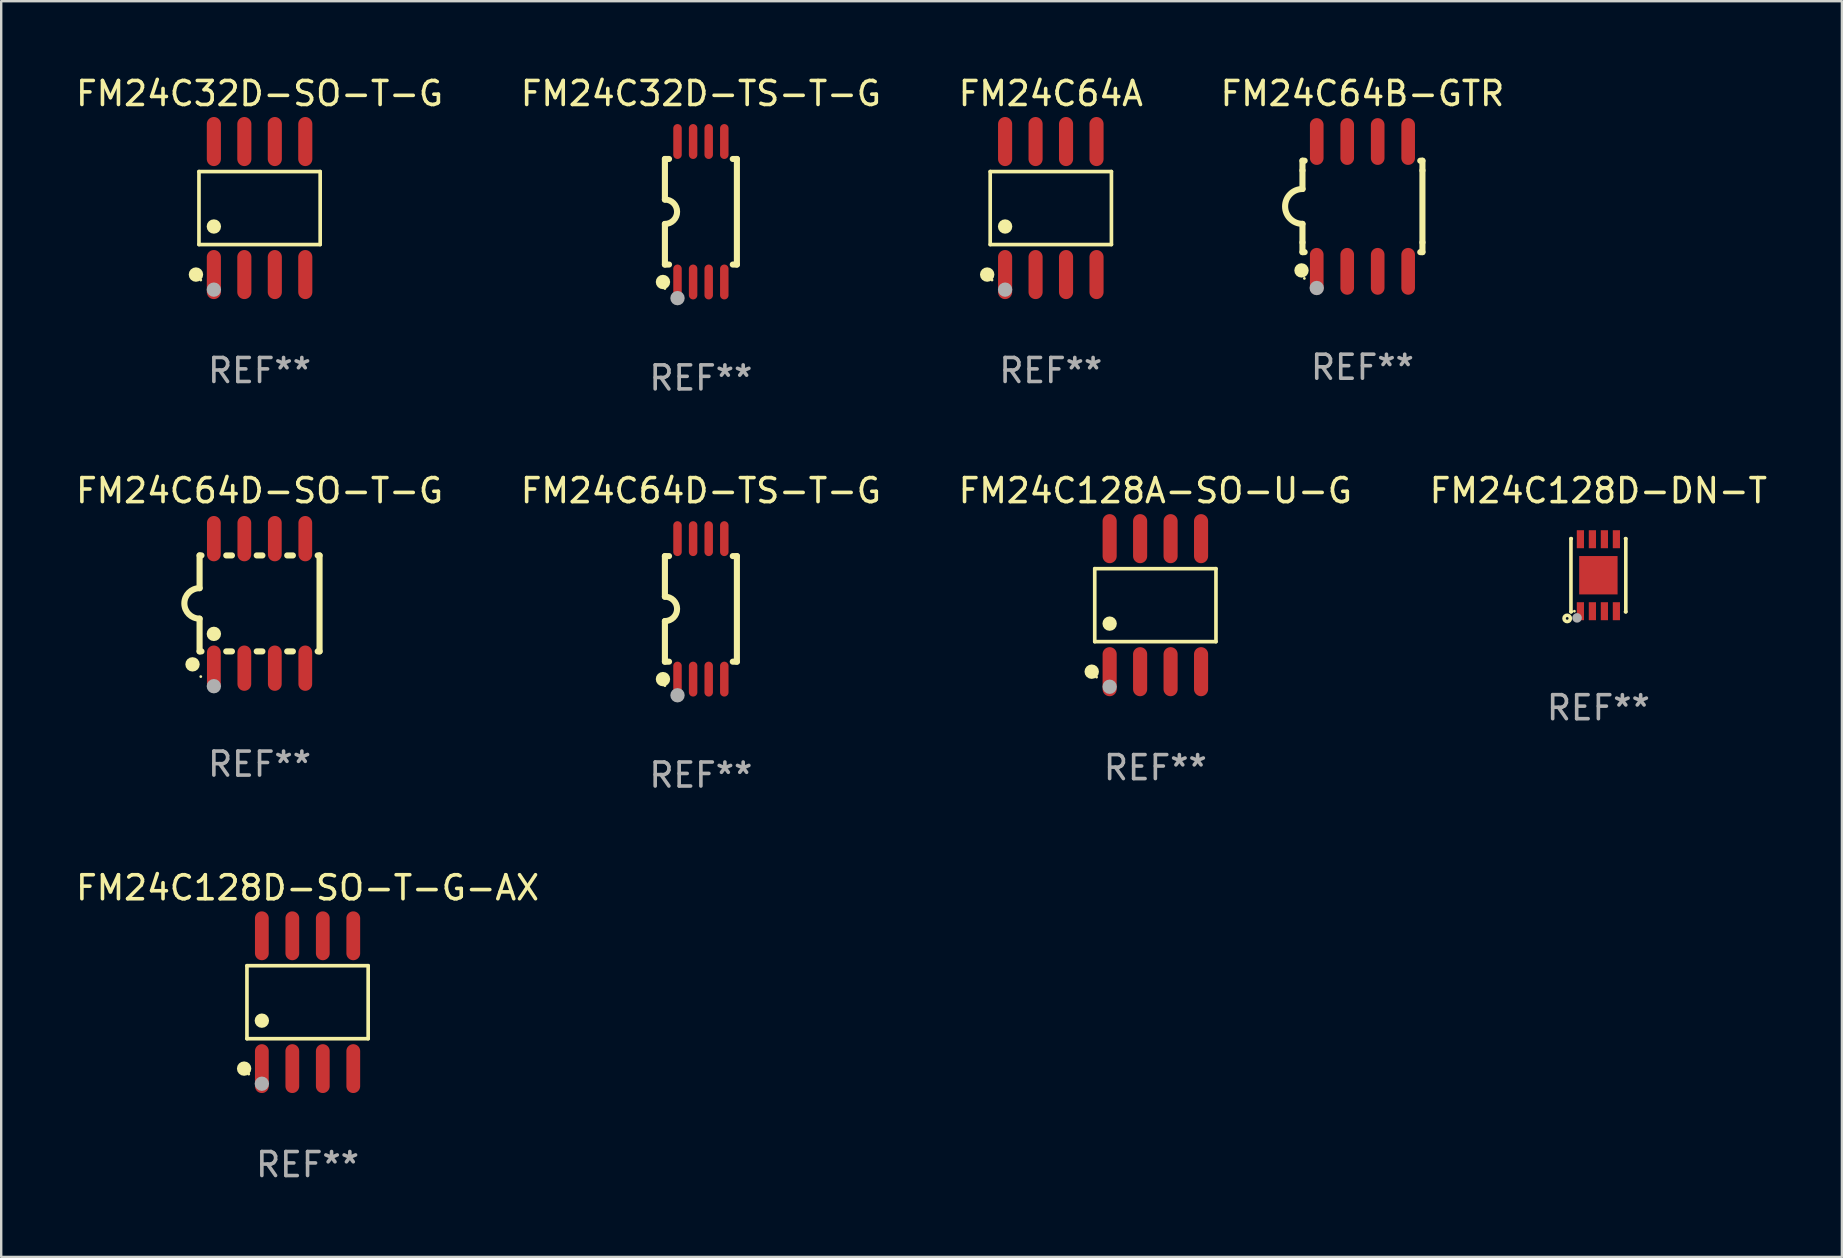
<source format=kicad_pcb>
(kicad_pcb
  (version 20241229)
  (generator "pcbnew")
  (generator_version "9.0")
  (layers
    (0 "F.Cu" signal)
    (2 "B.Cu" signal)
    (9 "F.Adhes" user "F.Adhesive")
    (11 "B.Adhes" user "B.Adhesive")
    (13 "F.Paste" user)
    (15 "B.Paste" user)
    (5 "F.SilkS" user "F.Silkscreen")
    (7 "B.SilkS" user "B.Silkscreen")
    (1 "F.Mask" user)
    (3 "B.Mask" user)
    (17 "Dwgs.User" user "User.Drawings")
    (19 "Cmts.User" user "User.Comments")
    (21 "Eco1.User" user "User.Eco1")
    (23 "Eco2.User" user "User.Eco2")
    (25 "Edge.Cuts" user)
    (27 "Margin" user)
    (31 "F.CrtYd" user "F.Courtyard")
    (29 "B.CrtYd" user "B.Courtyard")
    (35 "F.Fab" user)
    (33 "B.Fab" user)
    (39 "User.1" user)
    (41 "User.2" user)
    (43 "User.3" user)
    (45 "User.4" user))
  (footprint "FM24C64D-SO-T-G"
    (layer "F.Cu")
    (at 7.768 22.098)
    (property "Reference" "FM24C64D-SO-T-G" (at 0 -4.699 0) (layer "F.SilkS") (effects (font (size 1 1) (thickness 0.15))))
    (attr through_hole)
    (fp_line (start -2.5 -2) (end -2.5 -0.635) (stroke (width 0.254) (type solid)) (layer "F.SilkS"))
    (fp_line (start -2.5 -2) (end -2.421 -2) (stroke (width 0.254) (type solid)) (layer "F.SilkS"))
    (fp_line (start -2.5 2) (end -2.5 0.635) (stroke (width 0.254) (type solid)) (layer "F.SilkS"))
    (fp_line (start -2.5 2) (end -2.421 2) (stroke (width 0.254) (type solid)) (layer "F.SilkS"))
    (fp_line (start -1.389 -2) (end -1.151 -2) (stroke (width 0.254) (type solid)) (layer "F.SilkS"))
    (fp_line (start -1.389 2) (end -1.151 2) (stroke (width 0.254) (type solid)) (layer "F.SilkS"))
    (fp_line (start -0.119 -2) (end 0.119 -2) (stroke (width 0.254) (type solid)) (layer "F.SilkS"))
    (fp_line (start -0.119 2) (end 0.119 2) (stroke (width 0.254) (type solid)) (layer "F.SilkS"))
    (fp_line (start 1.151 -2) (end 1.389 -2) (stroke (width 0.254) (type solid)) (layer "F.SilkS"))
    (fp_line (start 1.151 2) (end 1.389 2) (stroke (width 0.254) (type solid)) (layer "F.SilkS"))
    (fp_line (start 2.421 -2) (end 2.5 -2) (stroke (width 0.254) (type solid)) (layer "F.SilkS"))
    (fp_line (start 2.421 2) (end 2.5 2) (stroke (width 0.254) (type solid)) (layer "F.SilkS"))
    (fp_line (start 2.5 -2) (end 2.5 2) (stroke (width 0.254) (type solid)) (layer "F.SilkS"))
    (fp_arc (start -2.5 0.635001) (mid -3.134366 -0.000318) (end -2.499365 -0.635001) (stroke (width 0.254001) (type solid)) (layer "F.SilkS"))
    (fp_circle (center -2.794 2.54) (end -2.644 2.54) (stroke (width 0.3) (type solid)) (fill no) (layer "F.SilkS"))
    (fp_circle (center -2.45 3.05) (end -2.42 3.05) (stroke (width 0.06) (type solid)) (fill no) (layer "F.SilkS"))
    (fp_circle (center -1.905 1.27) (end -1.755 1.27) (stroke (width 0.3) (type solid)) (fill no) (layer "F.SilkS"))
    (fp_circle (center -1.905 3.45) (end -1.755 3.45) (stroke (width 0.3) (type solid)) (fill no) (layer "F.Fab"))
    (fp_text user "REF**" (at 0 6.699 0) (layer "F.Fab") (effects (font (size 1 1) (thickness 0.15))))
    (pad "1" smd oval (at -1.905 2.699) (size 0.574 1.888) (layers "F.Cu" "F.Mask" "F.Paste"))
    (pad "2" smd oval (at -0.635 2.699) (size 0.574 1.888) (layers "F.Cu" "F.Mask" "F.Paste"))
    (pad "3" smd oval (at 0.635 2.699) (size 0.574 1.888) (layers "F.Cu" "F.Mask" "F.Paste"))
    (pad "4" smd oval (at 1.905 2.699) (size 0.574 1.888) (layers "F.Cu" "F.Mask" "F.Paste"))
    (pad "5" smd oval (at 1.905 -2.699) (size 0.574 1.888) (layers "F.Cu" "F.Mask" "F.Paste"))
    (pad "6" smd oval (at 0.635 -2.699) (size 0.574 1.888) (layers "F.Cu" "F.Mask" "F.Paste"))
    (pad "7" smd oval (at -0.635 -2.699) (size 0.574 1.888) (layers "F.Cu" "F.Mask" "F.Paste"))
    (pad "8" smd oval (at -1.905 -2.699) (size 0.574 1.888) (layers "F.Cu" "F.Mask" "F.Paste")))
  (footprint "FM24C64A"
    (layer "F.Cu")
    (at 40.744 5.621)
    (property "Reference" "FM24C64A" (at 0 -4.772 0) (layer "F.SilkS") (effects (font (size 1 1) (thickness 0.15))))
    (attr through_hole)
    (fp_line (start -2.526 -1.521) (end 2.526 -1.521) (stroke (width 0.152) (type solid)) (layer "F.SilkS"))
    (fp_line (start -2.526 1.521) (end -2.526 -1.521) (stroke (width 0.152) (type solid)) (layer "F.SilkS"))
    (fp_line (start 2.526 -1.521) (end 2.526 1.521) (stroke (width 0.152) (type solid)) (layer "F.SilkS"))
    (fp_line (start 2.526 1.521) (end -2.526 1.521) (stroke (width 0.152) (type solid)) (layer "F.SilkS"))
    (fp_circle (center -2.652 2.772) (end -2.501 2.772) (stroke (width 0.3) (type solid)) (fill no) (layer "F.SilkS"))
    (fp_circle (center -2.45 3) (end -2.42 3) (stroke (width 0.06) (type solid)) (fill no) (layer "F.SilkS"))
    (fp_circle (center -1.905 0.769) (end -1.755 0.769) (stroke (width 0.3) (type solid)) (fill no) (layer "F.SilkS"))
    (fp_circle (center -1.905 3.4) (end -1.755 3.4) (stroke (width 0.3) (type solid)) (fill no) (layer "F.Fab"))
    (fp_text user "REF**" (at 0 6.772 0) (layer "F.Fab") (effects (font (size 1 1) (thickness 0.15))))
    (pad "1" smd oval (at -1.905 2.772) (size 0.588 2.045) (layers "F.Cu" "F.Mask" "F.Paste"))
    (pad "2" smd oval (at -0.635 2.772) (size 0.588 2.045) (layers "F.Cu" "F.Mask" "F.Paste"))
    (pad "3" smd oval (at 0.635 2.772) (size 0.588 2.045) (layers "F.Cu" "F.Mask" "F.Paste"))
    (pad "4" smd oval (at 1.905 2.772) (size 0.588 2.045) (layers "F.Cu" "F.Mask" "F.Paste"))
    (pad "5" smd oval (at 1.905 -2.772) (size 0.588 2.045) (layers "F.Cu" "F.Mask" "F.Paste"))
    (pad "6" smd oval (at 0.635 -2.772) (size 0.588 2.045) (layers "F.Cu" "F.Mask" "F.Paste"))
    (pad "7" smd oval (at -0.635 -2.772) (size 0.588 2.045) (layers "F.Cu" "F.Mask" "F.Paste"))
    (pad "8" smd oval (at -1.905 -2.772) (size 0.588 2.045) (layers "F.Cu" "F.Mask" "F.Paste")))
  (footprint "FM24C128A-SO-U-G"
    (layer "F.Cu")
    (at 45.101 22.171)
    (property "Reference" "FM24C128A-SO-U-G" (at 0 -4.772 0) (layer "F.SilkS") (effects (font (size 1 1) (thickness 0.15))))
    (attr through_hole)
    (fp_line (start -2.526 -1.521) (end 2.526 -1.521) (stroke (width 0.152) (type solid)) (layer "F.SilkS"))
    (fp_line (start -2.526 1.521) (end -2.526 -1.521) (stroke (width 0.152) (type solid)) (layer "F.SilkS"))
    (fp_line (start 2.526 -1.521) (end 2.526 1.521) (stroke (width 0.152) (type solid)) (layer "F.SilkS"))
    (fp_line (start 2.526 1.521) (end -2.526 1.521) (stroke (width 0.152) (type solid)) (layer "F.SilkS"))
    (fp_circle (center -2.652 2.772) (end -2.501 2.772) (stroke (width 0.3) (type solid)) (fill no) (layer "F.SilkS"))
    (fp_circle (center -2.45 3) (end -2.42 3) (stroke (width 0.06) (type solid)) (fill no) (layer "F.SilkS"))
    (fp_circle (center -1.905 0.769) (end -1.755 0.769) (stroke (width 0.3) (type solid)) (fill no) (layer "F.SilkS"))
    (fp_circle (center -1.905 3.4) (end -1.755 3.4) (stroke (width 0.3) (type solid)) (fill no) (layer "F.Fab"))
    (fp_text user "REF**" (at 0 6.772 0) (layer "F.Fab") (effects (font (size 1 1) (thickness 0.15))))
    (pad "1" smd oval (at -1.905 2.772) (size 0.588 2.045) (layers "F.Cu" "F.Mask" "F.Paste"))
    (pad "2" smd oval (at -0.635 2.772) (size 0.588 2.045) (layers "F.Cu" "F.Mask" "F.Paste"))
    (pad "3" smd oval (at 0.635 2.772) (size 0.588 2.045) (layers "F.Cu" "F.Mask" "F.Paste"))
    (pad "4" smd oval (at 1.905 2.772) (size 0.588 2.045) (layers "F.Cu" "F.Mask" "F.Paste"))
    (pad "5" smd oval (at 1.905 -2.772) (size 0.588 2.045) (layers "F.Cu" "F.Mask" "F.Paste"))
    (pad "6" smd oval (at 0.635 -2.772) (size 0.588 2.045) (layers "F.Cu" "F.Mask" "F.Paste"))
    (pad "7" smd oval (at -0.635 -2.772) (size 0.588 2.045) (layers "F.Cu" "F.Mask" "F.Paste"))
    (pad "8" smd oval (at -1.905 -2.772) (size 0.588 2.045) (layers "F.Cu" "F.Mask" "F.Paste")))
  (footprint "FM24C128D-DN-T"
    (layer "F.Cu")
    (at 63.565 20.923)
    (property "Reference" "FM24C128D-DN-T" (at 0 -3.524 0) (layer "F.SilkS") (effects (font (size 1 1) (thickness 0.15))))
    (attr through_hole)
    (fp_line (start -1.143 -1.524) (end -1.143 1.524) (stroke (width 0.15) (type solid)) (layer "F.SilkS"))
    (fp_line (start -1.143 1.524) (end -1.129 1.524) (stroke (width 0.15) (type solid)) (layer "F.SilkS"))
    (fp_line (start -1.129 -1.524) (end -1.143 -1.524) (stroke (width 0.15) (type solid)) (layer "F.SilkS"))
    (fp_line (start 1.129 1.524) (end 1.143 1.524) (stroke (width 0.15) (type solid)) (layer "F.SilkS"))
    (fp_line (start 1.143 -1.524) (end 1.129 -1.524) (stroke (width 0.15) (type solid)) (layer "F.SilkS"))
    (fp_line (start 1.143 1.524) (end 1.143 -1.524) (stroke (width 0.15) (type solid)) (layer "F.SilkS"))
    (fp_circle (center -1.3 1.8) (end -1.243 1.8) (stroke (width 0.15) (type solid)) (fill no) (layer "F.SilkS"))
    (fp_circle (center -1 1.5) (end -0.97 1.5) (stroke (width 0.06) (type solid)) (fill no) (layer "F.SilkS"))
    (fp_circle (center -0.889 1.778) (end -0.789 1.778) (stroke (width 0.2) (type solid)) (fill no) (layer "F.Fab"))
    (fp_text user "REF**" (at 0 5.524 0) (layer "F.Fab") (effects (font (size 1 1) (thickness 0.15))))
    (pad "1" smd rect (at -0.75 1.5 90) (size 0.75 0.3) (layers "F.Cu" "F.Mask" "F.Paste"))
    (pad "2" smd rect (at -0.25 1.5 90) (size 0.75 0.3) (layers "F.Cu" "F.Mask" "F.Paste"))
    (pad "3" smd rect (at 0.25 1.5 90) (size 0.75 0.3) (layers "F.Cu" "F.Mask" "F.Paste"))
    (pad "4" smd rect (at 0.75 1.5 90) (size 0.75 0.3) (layers "F.Cu" "F.Mask" "F.Paste"))
    (pad "5" smd rect (at 0.75 -1.5 90) (size 0.75 0.3) (layers "F.Cu" "F.Mask" "F.Paste"))
    (pad "6" smd rect (at 0.25 -1.5 90) (size 0.75 0.3) (layers "F.Cu" "F.Mask" "F.Paste"))
    (pad "7" smd rect (at -0.25 -1.5 90) (size 0.75 0.3) (layers "F.Cu" "F.Mask" "F.Paste"))
    (pad "8" smd rect (at -0.75 -1.5 90) (size 0.75 0.3) (layers "F.Cu" "F.Mask" "F.Paste"))
    (pad "9" smd rect (at -0.000203 0.000457 90) (size 1.6 1.6) (layers "F.Cu" "F.Mask" "F.Paste")))
  (footprint "FM24C64D-TS-T-G"
    (layer "F.Cu")
    (at 26.161 22.326)
    (property "Reference" "FM24C64D-TS-T-G" (at 0 -4.927 0) (layer "F.SilkS") (effects (font (size 1 1) (thickness 0.15))))
    (attr through_hole)
    (fp_line (start -1.5 -2.2) (end -1.5 -0.508) (stroke (width 0.254) (type solid)) (layer "F.SilkS"))
    (fp_line (start -1.5 -2.2) (end -1.328 -2.2) (stroke (width 0.254) (type solid)) (layer "F.SilkS"))
    (fp_line (start -1.5 2.2) (end -1.5 0.508) (stroke (width 0.254) (type solid)) (layer "F.SilkS"))
    (fp_line (start -1.5 2.2) (end -1.328 2.2) (stroke (width 0.254) (type solid)) (layer "F.SilkS"))
    (fp_line (start 1.328 -2.2) (end 1.5 -2.2) (stroke (width 0.254) (type solid)) (layer "F.SilkS"))
    (fp_line (start 1.328 2.2) (end 1.5 2.2) (stroke (width 0.254) (type solid)) (layer "F.SilkS"))
    (fp_line (start 1.5 -2.2) (end 1.5 2.2) (stroke (width 0.254) (type solid)) (layer "F.SilkS"))
    (fp_arc (start -1.501144 -0.508) (mid -0.993143 -0.000571) (end -1.5 0.508001) (stroke (width 0.254001) (type solid)) (layer "F.SilkS"))
    (fp_circle (center -1.581 2.927) (end -1.431 2.927) (stroke (width 0.3) (type solid)) (fill no) (layer "F.SilkS"))
    (fp_circle (center -1.5 3.2) (end -1.47 3.2) (stroke (width 0.06) (type solid)) (fill no) (layer "F.SilkS"))
    (fp_circle (center -0.975 3.6) (end -0.825 3.6) (stroke (width 0.3) (type solid)) (fill no) (layer "F.Fab"))
    (fp_text user "REF**" (at 0 6.927 0) (layer "F.Fab") (effects (font (size 1 1) (thickness 0.15))))
    (pad "1" smd oval (at -0.975 2.927) (size 0.353 1.454) (layers "F.Cu" "F.Mask" "F.Paste"))
    (pad "2" smd oval (at -0.325 2.927) (size 0.353 1.454) (layers "F.Cu" "F.Mask" "F.Paste"))
    (pad "3" smd oval (at 0.325 2.927) (size 0.353 1.454) (layers "F.Cu" "F.Mask" "F.Paste"))
    (pad "4" smd oval (at 0.975 2.927) (size 0.353 1.454) (layers "F.Cu" "F.Mask" "F.Paste"))
    (pad "5" smd oval (at 0.975 -2.927) (size 0.353 1.454) (layers "F.Cu" "F.Mask" "F.Paste"))
    (pad "6" smd oval (at 0.325 -2.927) (size 0.353 1.454) (layers "F.Cu" "F.Mask" "F.Paste"))
    (pad "7" smd oval (at -0.325 -2.927) (size 0.353 1.454) (layers "F.Cu" "F.Mask" "F.Paste"))
    (pad "8" smd oval (at -0.975 -2.927) (size 0.353 1.454) (layers "F.Cu" "F.Mask" "F.Paste")))
  (footprint "FM24C32D-SO-T-G"
    (layer "F.Cu")
    (at 7.768 5.621)
    (property "Reference" "FM24C32D-SO-T-G" (at 0 -4.772 0) (layer "F.SilkS") (effects (font (size 1 1) (thickness 0.15))))
    (attr through_hole)
    (fp_line (start -2.526 -1.521) (end 2.526 -1.521) (stroke (width 0.152) (type solid)) (layer "F.SilkS"))
    (fp_line (start -2.526 1.521) (end -2.526 -1.521) (stroke (width 0.152) (type solid)) (layer "F.SilkS"))
    (fp_line (start 2.526 -1.521) (end 2.526 1.521) (stroke (width 0.152) (type solid)) (layer "F.SilkS"))
    (fp_line (start 2.526 1.521) (end -2.526 1.521) (stroke (width 0.152) (type solid)) (layer "F.SilkS"))
    (fp_circle (center -2.652 2.772) (end -2.501 2.772) (stroke (width 0.3) (type solid)) (fill no) (layer "F.SilkS"))
    (fp_circle (center -2.45 3) (end -2.42 3) (stroke (width 0.06) (type solid)) (fill no) (layer "F.SilkS"))
    (fp_circle (center -1.905 0.769) (end -1.755 0.769) (stroke (width 0.3) (type solid)) (fill no) (layer "F.SilkS"))
    (fp_circle (center -1.905 3.4) (end -1.755 3.4) (stroke (width 0.3) (type solid)) (fill no) (layer "F.Fab"))
    (fp_text user "REF**" (at 0 6.772 0) (layer "F.Fab") (effects (font (size 1 1) (thickness 0.15))))
    (pad "1" smd oval (at -1.905 2.772) (size 0.588 2.045) (layers "F.Cu" "F.Mask" "F.Paste"))
    (pad "2" smd oval (at -0.635 2.772) (size 0.588 2.045) (layers "F.Cu" "F.Mask" "F.Paste"))
    (pad "3" smd oval (at 0.635 2.772) (size 0.588 2.045) (layers "F.Cu" "F.Mask" "F.Paste"))
    (pad "4" smd oval (at 1.905 2.772) (size 0.588 2.045) (layers "F.Cu" "F.Mask" "F.Paste"))
    (pad "5" smd oval (at 1.905 -2.772) (size 0.588 2.045) (layers "F.Cu" "F.Mask" "F.Paste"))
    (pad "6" smd oval (at 0.635 -2.772) (size 0.588 2.045) (layers "F.Cu" "F.Mask" "F.Paste"))
    (pad "7" smd oval (at -0.635 -2.772) (size 0.588 2.045) (layers "F.Cu" "F.Mask" "F.Paste"))
    (pad "8" smd oval (at -1.905 -2.772) (size 0.588 2.045) (layers "F.Cu" "F.Mask" "F.Paste")))
  (footprint "FM24C64B-GTR"
    (layer "F.Cu")
    (at 53.732 5.553)
    (property "Reference" "FM24C64B-GTR" (at 0 -4.705 0) (layer "F.SilkS") (effects (font (size 1 1) (thickness 0.15))))
    (attr through_hole)
    (fp_line (start -2.5 -1.905) (end -2.409 -1.905) (stroke (width 0.254) (type solid)) (layer "F.SilkS"))
    (fp_line (start -2.5 -1.5) (end -2.5 -1.905) (stroke (width 0.254) (type solid)) (layer "F.SilkS"))
    (fp_line (start -2.5 -1.5) (end -2.5 -0.726) (stroke (width 0.254) (type solid)) (layer "F.SilkS"))
    (fp_line (start -2.5 1.5) (end -2.5 0.727) (stroke (width 0.254) (type solid)) (layer "F.SilkS"))
    (fp_line (start -2.5 1.5) (end -2.5 1.905) (stroke (width 0.254) (type solid)) (layer "F.SilkS"))
    (fp_line (start -2.5 1.905) (end -2.409 1.905) (stroke (width 0.254) (type solid)) (layer "F.SilkS"))
    (fp_line (start 2.5 -1.905) (end 2.409 -1.905) (stroke (width 0.254) (type solid)) (layer "F.SilkS"))
    (fp_line (start 2.5 -1.5) (end 2.5 -1.905) (stroke (width 0.254) (type solid)) (layer "F.SilkS"))
    (fp_line (start 2.5 -1.5) (end 2.5 1.5) (stroke (width 0.254) (type solid)) (layer "F.SilkS"))
    (fp_line (start 2.5 1.5) (end 2.5 1.905) (stroke (width 0.254) (type solid)) (layer "F.SilkS"))
    (fp_line (start 2.5 1.905) (end 2.409 1.905) (stroke (width 0.254) (type solid)) (layer "F.SilkS"))
    (fp_arc (start -2.5 0.726568) (mid -3.220316 -0.0023) (end -2.495097 -0.726289) (stroke (width 0.254001) (type solid)) (layer "F.SilkS"))
    (fp_circle (center -2.54 2.667) (end -2.39 2.667) (stroke (width 0.3) (type solid)) (fill no) (layer "F.SilkS"))
    (fp_circle (center -2.42 3) (end -2.39 3) (stroke (width 0.06) (type solid)) (fill no) (layer "F.SilkS"))
    (fp_circle (center -1.905 3.4) (end -1.755 3.4) (stroke (width 0.3) (type solid)) (fill no) (layer "F.Fab"))
    (fp_text user "REF**" (at 0 6.705 0) (layer "F.Fab") (effects (font (size 1 1) (thickness 0.15))))
    (pad "1" smd oval (at -1.905 2.705) (size 0.568 1.95) (layers "F.Cu" "F.Mask" "F.Paste"))
    (pad "2" smd oval (at -0.635 2.705) (size 0.568 1.95) (layers "F.Cu" "F.Mask" "F.Paste"))
    (pad "3" smd oval (at 0.635 2.705) (size 0.568 1.95) (layers "F.Cu" "F.Mask" "F.Paste"))
    (pad "4" smd oval (at 1.905 2.705) (size 0.568 1.95) (layers "F.Cu" "F.Mask" "F.Paste"))
    (pad "5" smd oval (at 1.905 -2.705) (size 0.568 1.95) (layers "F.Cu" "F.Mask" "F.Paste"))
    (pad "6" smd oval (at 0.635 -2.705) (size 0.568 1.95) (layers "F.Cu" "F.Mask" "F.Paste"))
    (pad "7" smd oval (at -0.635 -2.705) (size 0.568 1.95) (layers "F.Cu" "F.Mask" "F.Paste"))
    (pad "8" smd oval (at -1.905 -2.705) (size 0.568 1.95) (layers "F.Cu" "F.Mask" "F.Paste")))
  (footprint "FM24C32D-TS-T-G"
    (layer "F.Cu")
    (at 26.161 5.775)
    (property "Reference" "FM24C32D-TS-T-G" (at 0 -4.927 0) (layer "F.SilkS") (effects (font (size 1 1) (thickness 0.15))))
    (attr through_hole)
    (fp_line (start -1.5 -2.2) (end -1.5 -0.508) (stroke (width 0.254) (type solid)) (layer "F.SilkS"))
    (fp_line (start -1.5 -2.2) (end -1.328 -2.2) (stroke (width 0.254) (type solid)) (layer "F.SilkS"))
    (fp_line (start -1.5 2.2) (end -1.5 0.508) (stroke (width 0.254) (type solid)) (layer "F.SilkS"))
    (fp_line (start -1.5 2.2) (end -1.328 2.2) (stroke (width 0.254) (type solid)) (layer "F.SilkS"))
    (fp_line (start 1.328 -2.2) (end 1.5 -2.2) (stroke (width 0.254) (type solid)) (layer "F.SilkS"))
    (fp_line (start 1.328 2.2) (end 1.5 2.2) (stroke (width 0.254) (type solid)) (layer "F.SilkS"))
    (fp_line (start 1.5 -2.2) (end 1.5 2.2) (stroke (width 0.254) (type solid)) (layer "F.SilkS"))
    (fp_arc (start -1.501144 -0.508) (mid -0.993143 -0.000571) (end -1.5 0.508001) (stroke (width 0.254001) (type solid)) (layer "F.SilkS"))
    (fp_circle (center -1.581 2.927) (end -1.431 2.927) (stroke (width 0.3) (type solid)) (fill no) (layer "F.SilkS"))
    (fp_circle (center -1.5 3.2) (end -1.47 3.2) (stroke (width 0.06) (type solid)) (fill no) (layer "F.SilkS"))
    (fp_circle (center -0.975 3.6) (end -0.825 3.6) (stroke (width 0.3) (type solid)) (fill no) (layer "F.Fab"))
    (fp_text user "REF**" (at 0 6.927 0) (layer "F.Fab") (effects (font (size 1 1) (thickness 0.15))))
    (pad "1" smd oval (at -0.975 2.927) (size 0.353 1.454) (layers "F.Cu" "F.Mask" "F.Paste"))
    (pad "2" smd oval (at -0.325 2.927) (size 0.353 1.454) (layers "F.Cu" "F.Mask" "F.Paste"))
    (pad "3" smd oval (at 0.325 2.927) (size 0.353 1.454) (layers "F.Cu" "F.Mask" "F.Paste"))
    (pad "4" smd oval (at 0.975 2.927) (size 0.353 1.454) (layers "F.Cu" "F.Mask" "F.Paste"))
    (pad "5" smd oval (at 0.975 -2.927) (size 0.353 1.454) (layers "F.Cu" "F.Mask" "F.Paste"))
    (pad "6" smd oval (at 0.325 -2.927) (size 0.353 1.454) (layers "F.Cu" "F.Mask" "F.Paste"))
    (pad "7" smd oval (at -0.325 -2.927) (size 0.353 1.454) (layers "F.Cu" "F.Mask" "F.Paste"))
    (pad "8" smd oval (at -0.975 -2.927) (size 0.353 1.454) (layers "F.Cu" "F.Mask" "F.Paste")))
  (footprint "FM24C128D-SO-T-G-AX"
    (layer "F.Cu")
    (at 9.768 38.718)
    (property "Reference" "FM24C128D-SO-T-G-AX" (at 0 -4.768 0) (layer "F.SilkS") (effects (font (size 1 1) (thickness 0.15))))
    (attr through_hole)
    (fp_line (start -2.526 -1.521) (end 2.526 -1.521) (stroke (width 0.152) (type solid)) (layer "F.SilkS"))
    (fp_line (start -2.526 1.521) (end -2.526 -1.521) (stroke (width 0.152) (type solid)) (layer "F.SilkS"))
    (fp_line (start 2.526 -1.521) (end 2.526 1.521) (stroke (width 0.152) (type solid)) (layer "F.SilkS"))
    (fp_line (start 2.526 1.521) (end -2.526 1.521) (stroke (width 0.152) (type solid)) (layer "F.SilkS"))
    (fp_circle (center -2.644 2.768) (end -2.494 2.768) (stroke (width 0.3) (type solid)) (fill no) (layer "F.SilkS"))
    (fp_circle (center -2.45 2.998) (end -2.42 2.998) (stroke (width 0.06) (type solid)) (fill no) (layer "F.SilkS"))
    (fp_circle (center -1.905 0.769) (end -1.755 0.769) (stroke (width 0.3) (type solid)) (fill no) (layer "F.SilkS"))
    (fp_circle (center -1.905 3.398) (end -1.755 3.398) (stroke (width 0.3) (type solid)) (fill no) (layer "F.Fab"))
    (fp_text user "REF**" (at 0 6.768 0) (layer "F.Fab") (effects (font (size 1 1) (thickness 0.15))))
    (pad "1" smd oval (at -1.905 2.768) (size 0.574 2.036) (layers "F.Cu" "F.Mask" "F.Paste"))
    (pad "2" smd oval (at -0.635 2.768) (size 0.574 2.036) (layers "F.Cu" "F.Mask" "F.Paste"))
    (pad "3" smd oval (at 0.635 2.768) (size 0.574 2.036) (layers "F.Cu" "F.Mask" "F.Paste"))
    (pad "4" smd oval (at 1.905 2.768) (size 0.574 2.036) (layers "F.Cu" "F.Mask" "F.Paste"))
    (pad "5" smd oval (at 1.905 -2.768) (size 0.574 2.036) (layers "F.Cu" "F.Mask" "F.Paste"))
    (pad "6" smd oval (at 0.635 -2.768) (size 0.574 2.036) (layers "F.Cu" "F.Mask" "F.Paste"))
    (pad "7" smd oval (at -0.635 -2.768) (size 0.574 2.036) (layers "F.Cu" "F.Mask" "F.Paste"))
    (pad "8" smd oval (at -1.905 -2.768) (size 0.574 2.036) (layers "F.Cu" "F.Mask" "F.Paste")))
  (gr_rect
    (start -3 -3)
    (end 73.714 49.334)
    (stroke (width 0.1) (type default))
    (fill no)
    (layer "Edge.Cuts")))
</source>
